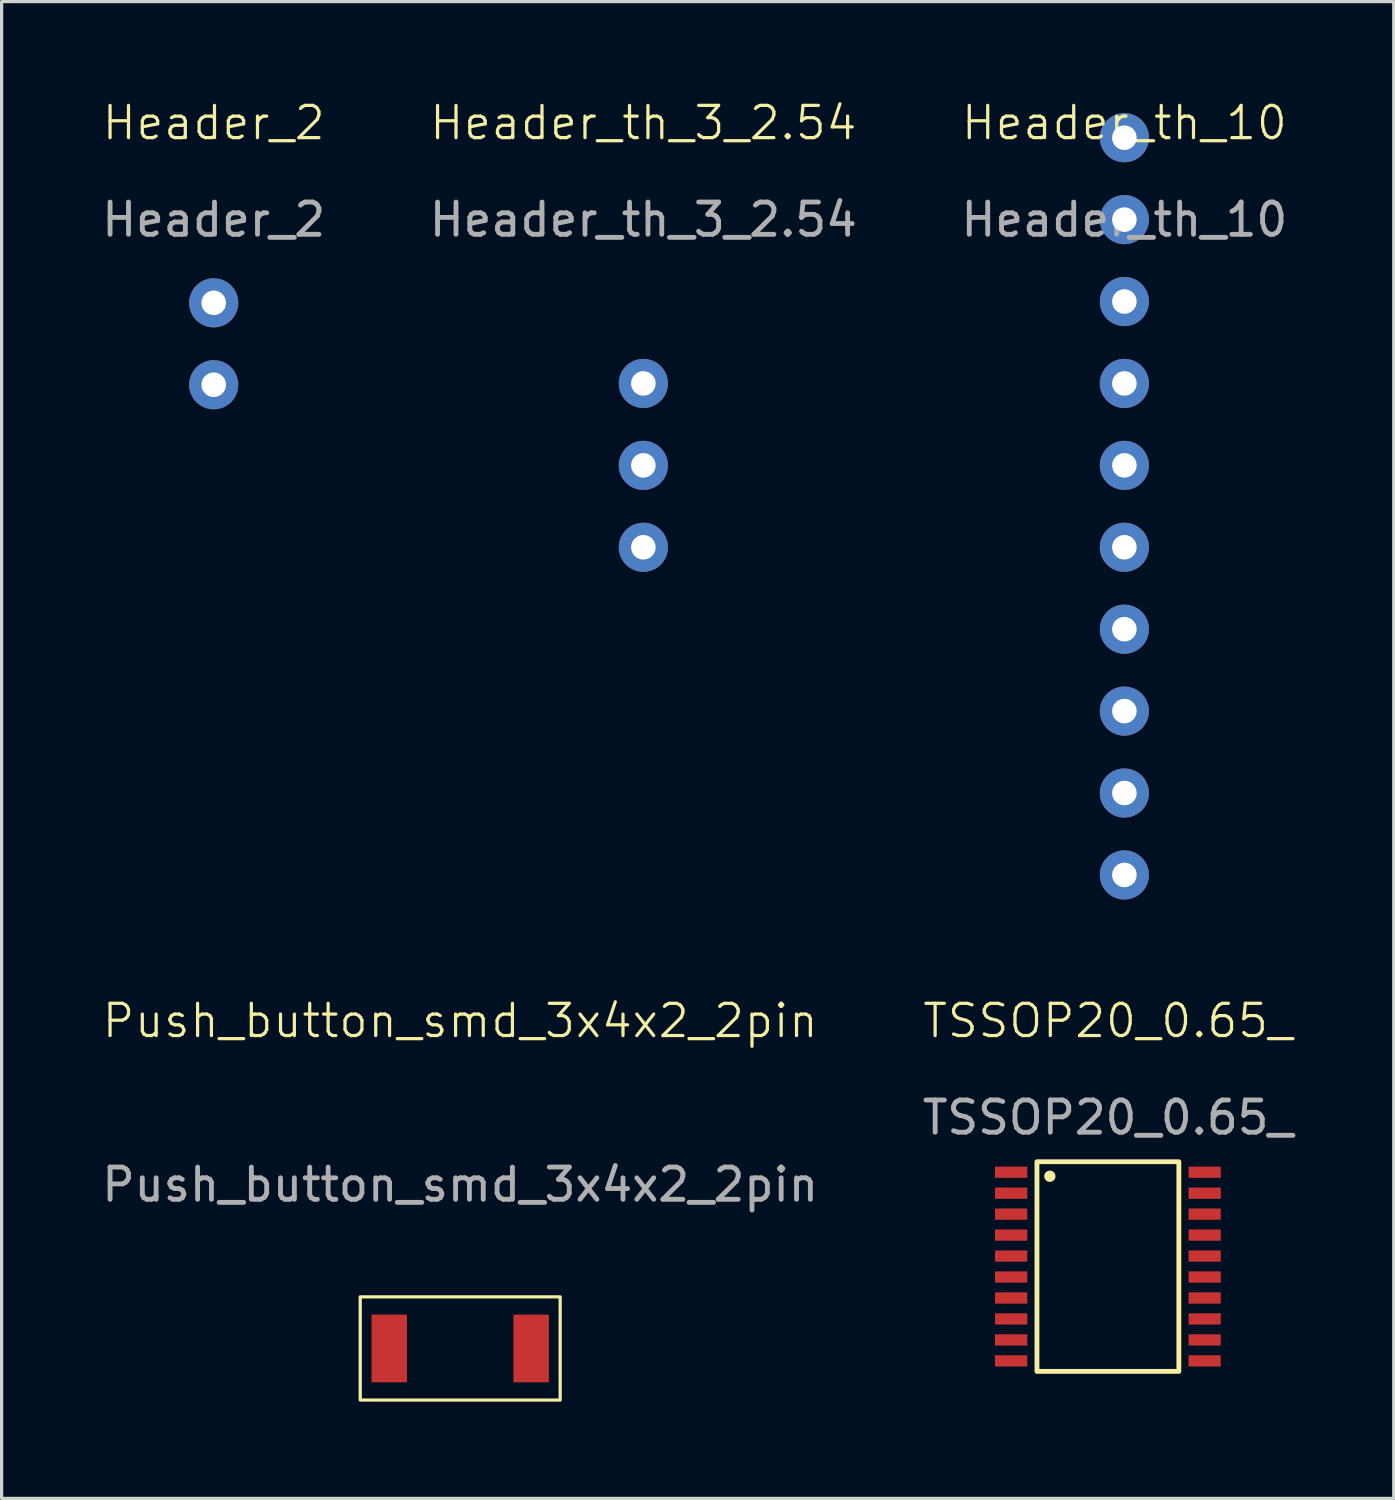
<source format=kicad_pcb>
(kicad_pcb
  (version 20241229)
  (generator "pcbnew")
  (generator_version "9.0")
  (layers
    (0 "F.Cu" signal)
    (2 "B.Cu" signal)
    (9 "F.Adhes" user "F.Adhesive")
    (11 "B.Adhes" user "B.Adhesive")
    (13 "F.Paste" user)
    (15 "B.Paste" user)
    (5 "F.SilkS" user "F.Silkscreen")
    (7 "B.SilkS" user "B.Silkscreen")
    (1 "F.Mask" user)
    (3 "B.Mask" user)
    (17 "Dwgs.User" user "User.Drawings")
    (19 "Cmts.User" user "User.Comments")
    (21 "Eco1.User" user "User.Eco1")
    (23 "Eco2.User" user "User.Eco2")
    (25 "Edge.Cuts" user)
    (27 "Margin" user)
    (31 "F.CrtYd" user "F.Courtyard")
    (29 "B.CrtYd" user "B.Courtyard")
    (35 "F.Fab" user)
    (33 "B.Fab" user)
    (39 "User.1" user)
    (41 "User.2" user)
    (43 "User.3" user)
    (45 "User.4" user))
  (footprint "Header_th_10"
    (layer "F.Cu")
    (at 31.815 11.38)
    (property "Reference" "Header_th_10" (at 0 -10.62 0) (unlocked yes) (layer "F.SilkS") (effects (font (size 1 1) (thickness 0.1))))
    (attr through_hole)
    (fp_text user "${REFERENCE}" (at 0 -7.62 0) (unlocked yes) (layer "F.Fab") (effects (font (size 1 1) (thickness 0.15))))
    (pad "1" thru_hole circle (at 0 -10.16) (size 1.524 1.524) (drill 0.762) (property pad_prop_castellated) (layers "*.Cu" "*.Mask"))
    (pad "2" thru_hole circle (at 0 -7.62) (size 1.524 1.524) (drill 0.762) (property pad_prop_castellated) (layers "*.Cu" "*.Mask"))
    (pad "3" thru_hole circle (at 0 -5.08) (size 1.524 1.524) (drill 0.762) (property pad_prop_castellated) (layers "*.Cu" "*.Mask"))
    (pad "4" thru_hole circle (at 0 -2.54) (size 1.524 1.524) (drill 0.762) (property pad_prop_castellated) (layers "*.Cu" "*.Mask"))
    (pad "5" thru_hole circle (at 0 0) (size 1.524 1.524) (drill 0.762) (property pad_prop_castellated) (layers "*.Cu" "*.Mask"))
    (pad "6" thru_hole circle (at 0 2.54) (size 1.524 1.524) (drill 0.762) (property pad_prop_castellated) (layers "*.Cu" "*.Mask"))
    (pad "7" thru_hole circle (at 0 5.08) (size 1.524 1.524) (drill 0.762) (property pad_prop_castellated) (layers "*.Cu" "*.Mask"))
    (pad "8" thru_hole circle (at 0 7.62) (size 1.524 1.524) (drill 0.762) (property pad_prop_castellated) (layers "*.Cu" "*.Mask"))
    (pad "9" thru_hole circle (at 0 10.16) (size 1.524 1.524) (drill 0.762) (property pad_prop_castellated) (layers "*.Cu" "*.Mask"))
    (pad "10" thru_hole circle (at 0 12.7) (size 1.524 1.524) (drill 0.762) (layers "*.Cu" "*.Mask")))
  (footprint "Push_button_smd_3x4x2_2pin"
    (layer "F.Cu")
    (at 11.22 38.763)
    (property "Reference" "Push_button_smd_3x4x2_2pin" (at 0 -10.16 0) (unlocked yes) (layer "F.SilkS") (effects (font (size 1 1) (thickness 0.1))))
    (attr smd)
    (fp_rect (start -3.1 -1.6) (end 3.1 1.6) (stroke (width 0.1) (type default)) (fill no) (layer "F.SilkS"))
    (fp_text user "${REFERENCE}" (at 0 -5.08 0) (unlocked yes) (layer "F.Fab") (effects (font (size 1 1) (thickness 0.15))))
    (pad "1" smd rect (at -2.2 0) (size 1.1 2.1) (layers "F.Cu" "F.Mask" "F.Paste"))
    (pad "2" smd rect (at 2.2 0) (size 1.1 2.1) (layers "F.Cu" "F.Mask" "F.Paste")))
  (footprint "TSSOP20_0.65_"
    (layer "F.Cu")
    (at 31.304 36.223)
    (property "Reference" "TSSOP20_0.65_" (at 0 -7.62 0) (unlocked yes) (layer "F.SilkS") (effects (font (size 1 1) (thickness 0.1))))
    (attr smd)
    (fp_rect (start -2.2 -3.25) (end 2.2 3.25) (stroke (width 0.15) (type default)) (fill no) (layer "F.SilkS"))
    (fp_circle (center -1.8 -2.8) (end -1.7 -2.8) (stroke (width 0.15) (type solid)) (fill yes) (layer "F.SilkS"))
    (fp_text user "${REFERENCE}" (at 0 -4.62 0) (unlocked yes) (layer "F.Fab") (effects (font (size 1 1) (thickness 0.15))))
    (pad "1" smd rect (at -3 -2.925) (size 1 0.35) (layers "F.Cu" "F.Mask" "F.Paste"))
    (pad "2" smd rect (at -3 -2.275) (size 1 0.35) (layers "F.Cu" "F.Mask" "F.Paste"))
    (pad "3" smd rect (at -3 -1.625) (size 1 0.35) (layers "F.Cu" "F.Mask" "F.Paste"))
    (pad "4" smd rect (at -3 -0.975) (size 1 0.35) (layers "F.Cu" "F.Mask" "F.Paste"))
    (pad "5" smd rect (at -3 -0.325) (size 1 0.35) (layers "F.Cu" "F.Mask" "F.Paste"))
    (pad "6" smd rect (at -3 0.325) (size 1 0.35) (layers "F.Cu" "F.Mask" "F.Paste"))
    (pad "7" smd rect (at -3 0.975) (size 1 0.35) (layers "F.Cu" "F.Mask" "F.Paste"))
    (pad "8" smd rect (at -3 1.625) (size 1 0.35) (layers "F.Cu" "F.Mask" "F.Paste"))
    (pad "9" smd rect (at -3 2.275) (size 1 0.35) (layers "F.Cu" "F.Mask" "F.Paste"))
    (pad "10" smd rect (at -3 2.925) (size 1 0.35) (layers "F.Cu" "F.Mask" "F.Paste"))
    (pad "11" smd rect (at 3 2.925) (size 1 0.35) (layers "F.Cu" "F.Mask" "F.Paste"))
    (pad "12" smd rect (at 3 2.275) (size 1 0.35) (layers "F.Cu" "F.Mask" "F.Paste"))
    (pad "13" smd rect (at 3 1.625) (size 1 0.35) (layers "F.Cu" "F.Mask" "F.Paste"))
    (pad "14" smd rect (at 3 0.975) (size 1 0.35) (layers "F.Cu" "F.Mask" "F.Paste"))
    (pad "15" smd rect (at 3 0.325) (size 1 0.35) (layers "F.Cu" "F.Mask" "F.Paste"))
    (pad "16" smd rect (at 3 -0.325) (size 1 0.35) (layers "F.Cu" "F.Mask" "F.Paste"))
    (pad "17" smd rect (at 3 -0.975) (size 1 0.35) (layers "F.Cu" "F.Mask" "F.Paste"))
    (pad "18" smd rect (at 3 -1.625) (size 1 0.35) (layers "F.Cu" "F.Mask" "F.Paste"))
    (pad "19" smd rect (at 3 -2.275) (size 1 0.35) (layers "F.Cu" "F.Mask" "F.Paste"))
    (pad "20" smd rect (at 3 -2.925) (size 1 0.35) (layers "F.Cu" "F.Mask" "F.Paste")))
  (footprint "Header_th_3_2.54"
    (layer "F.Cu")
    (at 16.899 11.38)
    (property "Reference" "Header_th_3_2.54" (at 0 -10.62 0) (unlocked yes) (layer "F.SilkS") (effects (font (size 1 1) (thickness 0.1))))
    (attr through_hole)
    (fp_text user "${REFERENCE}" (at 0 -7.62 0) (unlocked yes) (layer "F.Fab") (effects (font (size 1 1) (thickness 0.15))))
    (pad "1" thru_hole circle (at 0 -2.54) (size 1.524 1.524) (drill 0.762) (property pad_prop_castellated) (layers "*.Cu" "*.Mask"))
    (pad "2" thru_hole circle (at 0 0) (size 1.524 1.524) (drill 0.762) (property pad_prop_castellated) (layers "*.Cu" "*.Mask"))
    (pad "3" thru_hole circle (at 0 2.54) (size 1.524 1.524) (drill 0.762) (property pad_prop_castellated) (layers "*.Cu" "*.Mask")))
  (footprint "Header_2"
    (layer "F.Cu")
    (at 3.577 1.26)
    (property "Reference" "Header_2" (at 0 -0.5 0) (unlocked yes) (layer "F.SilkS") (effects (font (size 1 1) (thickness 0.1))))
    (attr through_hole)
    (fp_text user "${REFERENCE}" (at 0 2.5 0) (unlocked yes) (layer "F.Fab") (effects (font (size 1 1) (thickness 0.15))))
    (pad "1" thru_hole circle (at 0 5.08) (size 1.524 1.524) (drill 0.762) (layers "*.Cu" "*.Mask"))
    (pad "2" thru_hole circle (at 0 7.62) (size 1.524 1.524) (drill 0.762) (layers "*.Cu" "*.Mask")))
  (gr_rect
    (start -3 -3)
    (end 40.167 43.413)
    (stroke (width 0.1) (type default))
    (fill no)
    (layer "Edge.Cuts")))
</source>
